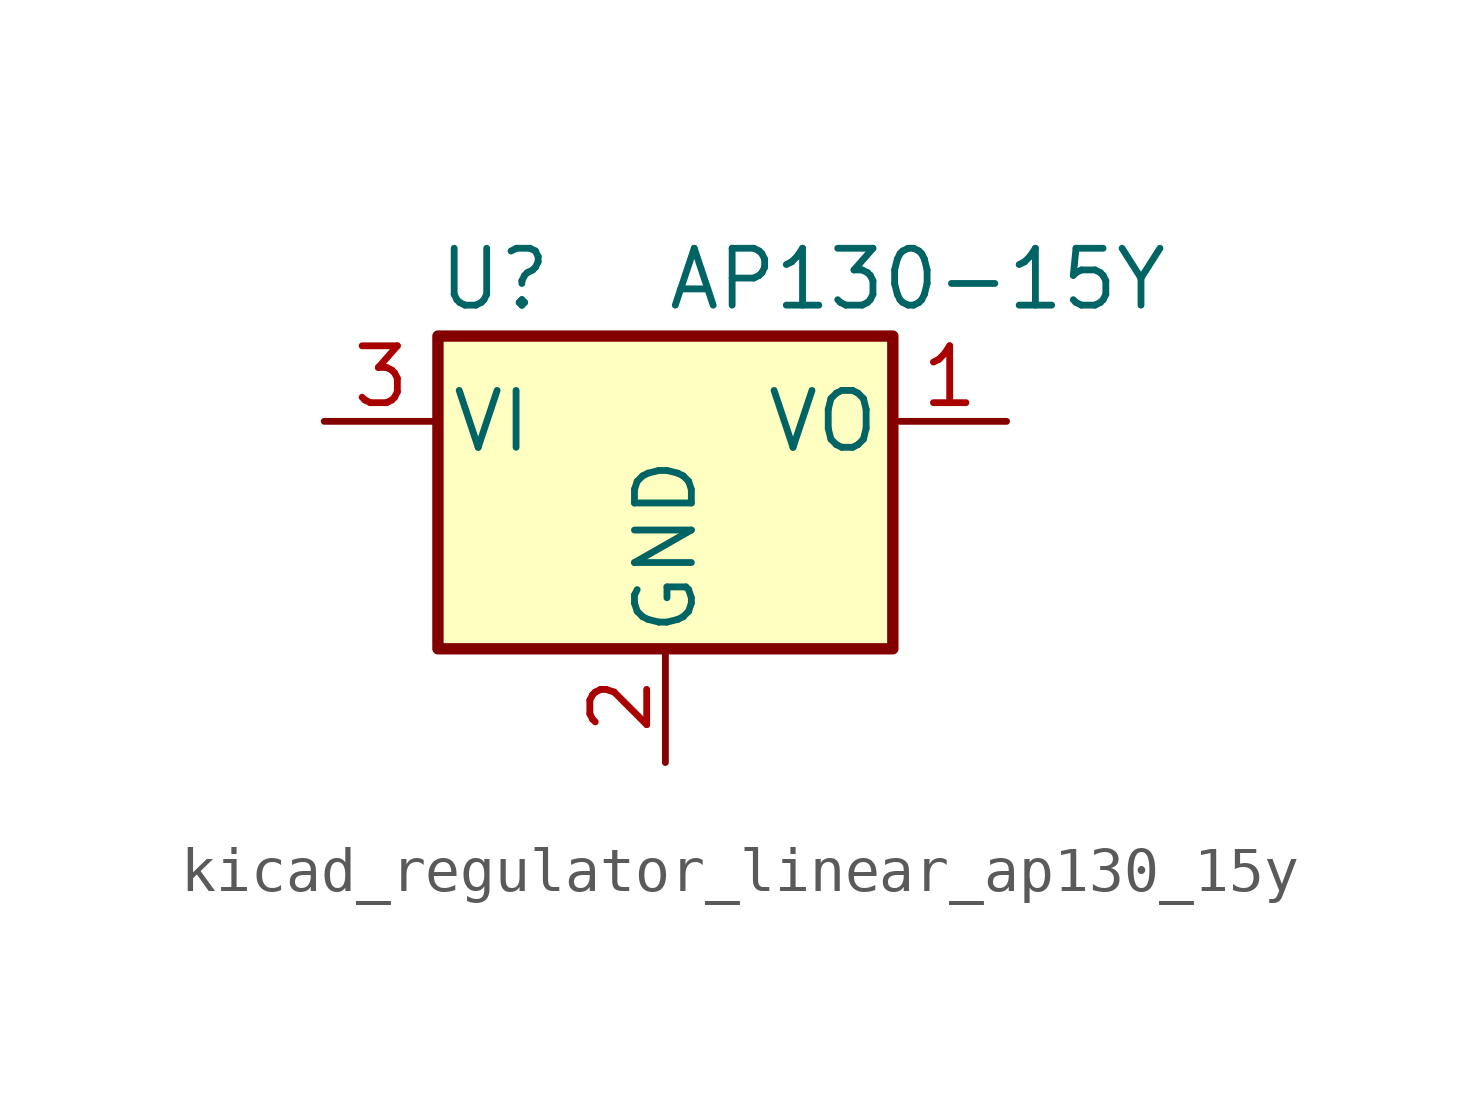
<source format=kicad_sym>
(kicad_symbol_lib
  (version 20220914)
  (generator kicad_symbol_editor)
  (symbol "kicad_regulator_linear_ap130_15y"
    (pin_names
      (offset 0.254))
    (property "Reference" "U"
      (at -3.81 3.175 0)
      (effects (font (size 1.27 1.27))))
    (property "Value" "AP130-15Y"
      (at 0 3.175 0)
      (effects (font (size 1.27 1.27)) (justify left)))
    (symbol "kicad_regulator_linear_ap130_15y_0_1"
      (rectangle (start -5.08 1.905) (end 5.08 -5.08) (stroke (width 0.254) (type default)) (fill (type background))))
    (symbol "kicad_regulator_linear_ap130_15y_1_1"
      (pin power_out line (at 7.62 0 180) (length 2.54) (name "VO" (effects (font (size 1.27 1.27)))) (number "1" (effects (font (size 1.27 1.27)))))
      (pin power_in line (at 0 -7.62 90) (length 2.54) (name "GND" (effects (font (size 1.27 1.27)))) (number "2" (effects (font (size 1.27 1.27)))))
      (pin power_in line (at -7.62 0 0) (length 2.54) (name "VI" (effects (font (size 1.27 1.27)))) (number "3" (effects (font (size 1.27 1.27))))))))
</source>
